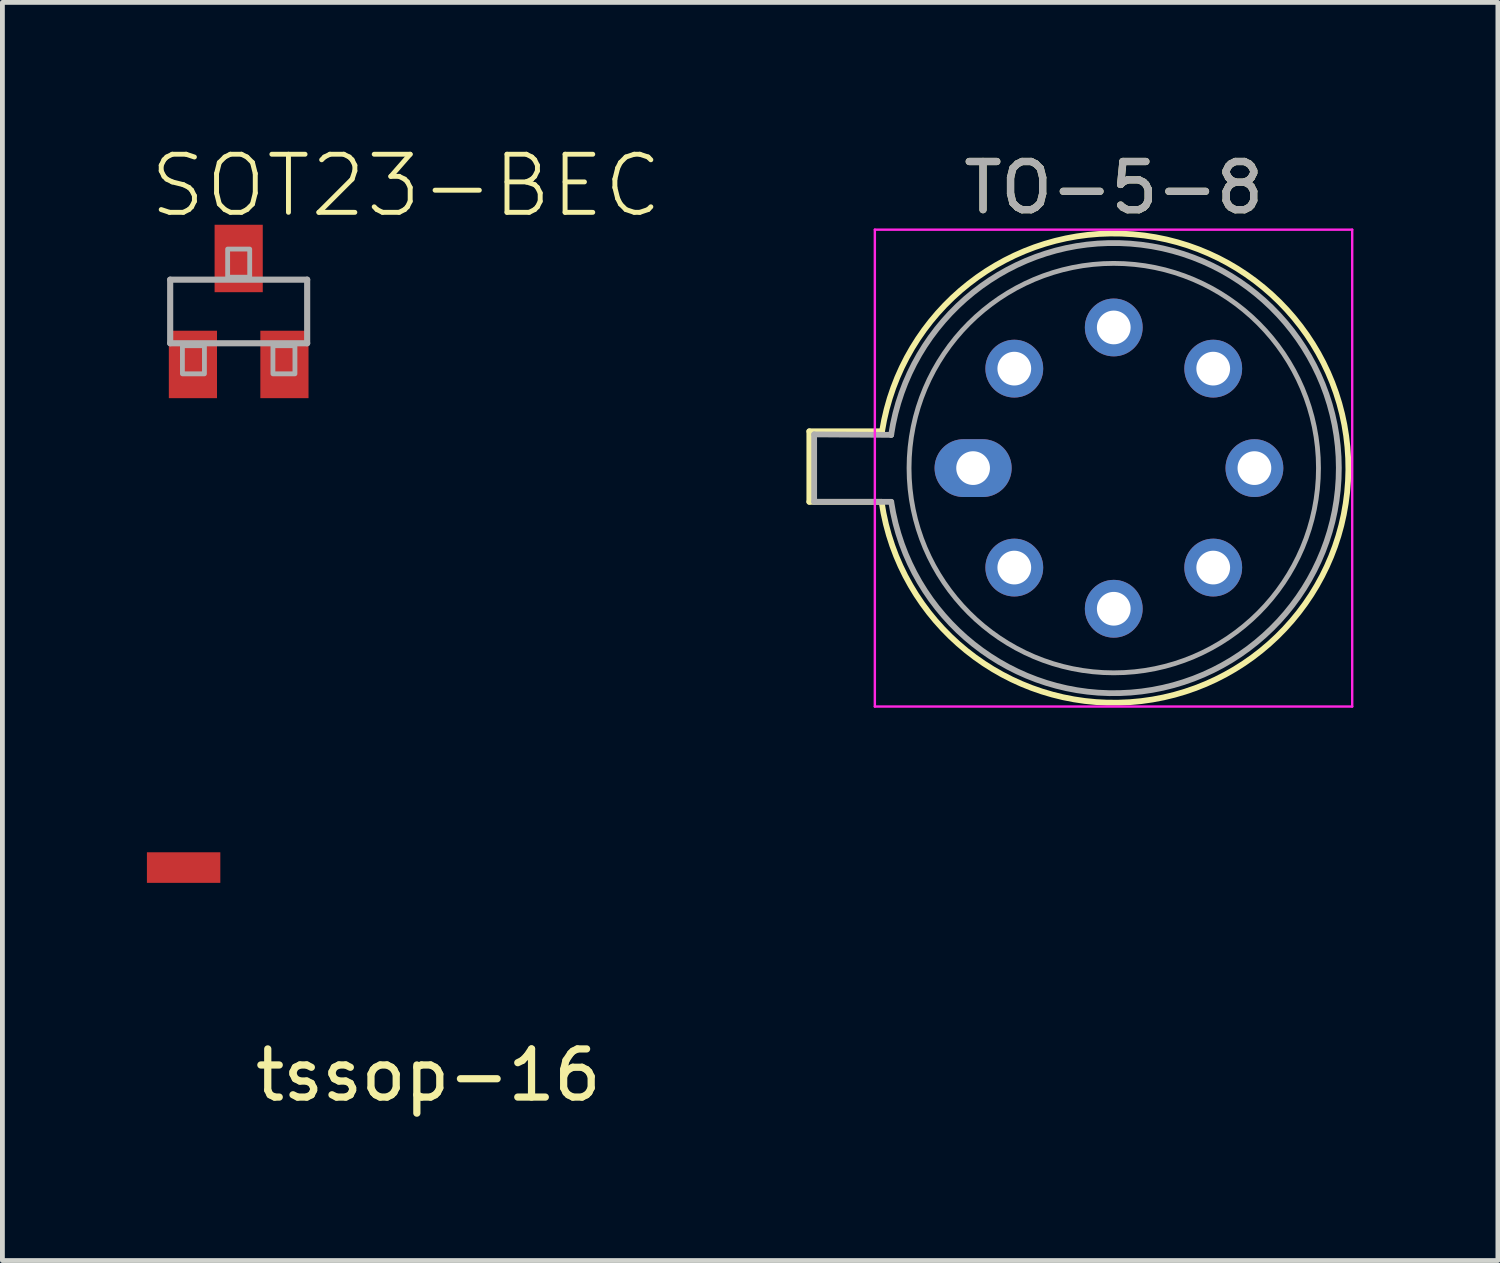
<source format=kicad_pcb>
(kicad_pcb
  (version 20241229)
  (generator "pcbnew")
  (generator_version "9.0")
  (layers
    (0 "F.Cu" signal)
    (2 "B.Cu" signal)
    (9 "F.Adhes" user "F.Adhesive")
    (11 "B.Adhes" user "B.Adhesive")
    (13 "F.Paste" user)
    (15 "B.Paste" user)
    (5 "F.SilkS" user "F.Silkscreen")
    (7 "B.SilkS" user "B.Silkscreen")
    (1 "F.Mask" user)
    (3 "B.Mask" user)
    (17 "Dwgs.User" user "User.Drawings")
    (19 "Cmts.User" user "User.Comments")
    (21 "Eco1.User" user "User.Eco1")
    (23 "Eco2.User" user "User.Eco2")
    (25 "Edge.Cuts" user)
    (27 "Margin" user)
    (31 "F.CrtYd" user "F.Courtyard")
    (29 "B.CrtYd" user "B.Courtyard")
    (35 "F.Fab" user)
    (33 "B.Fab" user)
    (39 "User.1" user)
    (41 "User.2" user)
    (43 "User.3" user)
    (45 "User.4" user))
  (footprint "TO-5-8"
    (layer "F.Cu")
    (at 17.152 6.668)
    (property "Reference" "TO-5-8" (at 2.92 -5.82 0) (layer "F.SilkS") (effects (font (size 1 1) (thickness 0.15))))
    (attr through_hole)
    (fp_line (start -3.4 -0.764) (end -3.4 0.7) (stroke (width 0.12) (type solid)) (layer "F.SilkS"))
    (fp_line (start -3.4 0.7) (end -1.9 0.7) (stroke (width 0.12) (type solid)) (layer "F.SilkS"))
    (fp_line (start -1.89 -0.764) (end -3.4 -0.764) (stroke (width 0.12) (type solid)) (layer "F.SilkS"))
    (fp_arc (start -1.890341 -0.763547) (mid 7.790457 0.032139) (end -1.899999 0.699999) (stroke (width 0.12) (type solid)) (layer "F.SilkS"))
    (fp_line (start -2.04 -4.95) (end -2.04 4.95) (stroke (width 0.05) (type solid)) (layer "F.CrtYd"))
    (fp_line (start -2.04 4.95) (end 7.87 4.95) (stroke (width 0.05) (type solid)) (layer "F.CrtYd"))
    (fp_line (start 7.87 -4.95) (end -2.04 -4.95) (stroke (width 0.05) (type solid)) (layer "F.CrtYd"))
    (fp_line (start 7.87 4.95) (end 7.87 -4.95) (stroke (width 0.05) (type solid)) (layer "F.CrtYd"))
    (fp_line (start -3.3 -0.7) (end -1.702 -0.69) (stroke (width 0.12) (type solid)) (layer "F.Fab"))
    (fp_line (start -3.3 0.7) (end -3.3 -0.7) (stroke (width 0.12) (type solid)) (layer "F.Fab"))
    (fp_line (start -1.702 -0.69) (end -1.7 -0.7) (stroke (width 0.12) (type solid)) (layer "F.Fab"))
    (fp_line (start -1.7 0.7) (end -3.3 0.7) (stroke (width 0.12) (type solid)) (layer "F.Fab"))
    (fp_arc (start -1.701535 -0.689782) (mid 7.592725 -0.005166) (end -1.699999 0.699999) (stroke (width 0.12) (type solid)) (layer "F.Fab"))
    (fp_circle (center 2.92 0) (end 7.17 0) (stroke (width 0.1) (type solid)) (fill no) (layer "F.Fab"))
    (fp_text user "${REFERENCE}" (at 2.92 -5.82 0) (layer "F.Fab") (effects (font (size 1 1) (thickness 0.15))))
    (pad "1" thru_hole oval (at 0 0) (size 1.6 1.2) (drill 0.7) (layers "*.Cu" "*.Mask"))
    (pad "2" thru_hole oval (at 0.855 2.065) (size 1.2 1.2) (drill 0.7) (layers "*.Cu" "*.Mask"))
    (pad "3" thru_hole oval (at 2.92 2.92) (size 1.2 1.2) (drill 0.7) (layers "*.Cu" "*.Mask"))
    (pad "4" thru_hole oval (at 4.985 2.065) (size 1.2 1.2) (drill 0.7) (layers "*.Cu" "*.Mask"))
    (pad "5" thru_hole oval (at 5.84 0) (size 1.2 1.2) (drill 0.7) (layers "*.Cu" "*.Mask"))
    (pad "6" thru_hole oval (at 4.985 -2.065) (size 1.2 1.2) (drill 0.7) (layers "*.Cu" "*.Mask"))
    (pad "7" thru_hole oval (at 2.92 -2.92) (size 1.2 1.2) (drill 0.7) (layers "*.Cu" "*.Mask"))
    (pad "8" thru_hole oval (at 0.855 -2.065) (size 1.2 1.2) (drill 0.7) (layers "*.Cu" "*.Mask")))
  (footprint "tssop-16"
    (layer "F.Cu")
    (at 5.842 18.771)
    (property "Reference" "tssop-16" (at 0 0.5 0) (layer "F.SilkS") (effects (font (size 1 1) (thickness 0.15))))
    (attr through_hole)
    (pad "1" smd rect (at -5.08 -3.81) (size 1.524 0.635) (layers "F.Cu" "F.Mask" "F.Paste")))
  (footprint "SOT23-BEC"
    (layer "F.Cu")
    (at 1.905 3.416)
    (property "Reference" "SOT23-BEC" (at -1.905 -1.905 0) (layer "F.SilkS") (effects (font (size 1.206 1.206) (thickness 0.102)) (justify left bottom)))
    (attr through_hole)
    (fp_line (start -1.422 -0.66) (end 1.422 -0.66) (stroke (width 0.127) (type solid)) (layer "F.Fab"))
    (fp_line (start -1.422 0.66) (end -1.422 -0.66) (stroke (width 0.127) (type solid)) (layer "F.Fab"))
    (fp_line (start 1.422 -0.66) (end 1.422 0.66) (stroke (width 0.127) (type solid)) (layer "F.Fab"))
    (fp_line (start 1.422 0.66) (end -1.422 0.66) (stroke (width 0.127) (type solid)) (layer "F.Fab"))
    (fp_poly (pts (xy -1.168 1.295) (xy -0.711 1.295) (xy -0.711 0.711) (xy -1.168 0.711)) (stroke (width 0.1) (type solid)) (fill no) (layer "F.Fab"))
    (fp_poly (pts (xy -0.229 -0.711) (xy 0.229 -0.711) (xy 0.229 -1.295) (xy -0.229 -1.295)) (stroke (width 0.1) (type solid)) (fill no) (layer "F.Fab"))
    (fp_poly (pts (xy 0.711 1.295) (xy 1.168 1.295) (xy 1.168 0.711) (xy 0.711 0.711)) (stroke (width 0.1) (type solid)) (fill no) (layer "F.Fab"))
    (pad "1" smd rect (at 0.95 1.1) (size 1 1.4) (layers "F.Cu" "F.Mask" "F.Paste"))
    (pad "2" smd rect (at -0.95 1.1) (size 1 1.4) (layers "F.Cu" "F.Mask" "F.Paste"))
    (pad "3" smd rect (at 0 -1.1) (size 1 1.4) (layers "F.Cu" "F.Mask" "F.Paste")))
  (gr_rect
    (start -3 -3)
    (end 28.047 23.119)
    (stroke (width 0.1) (type default))
    (fill no)
    (layer "Edge.Cuts")))
</source>
